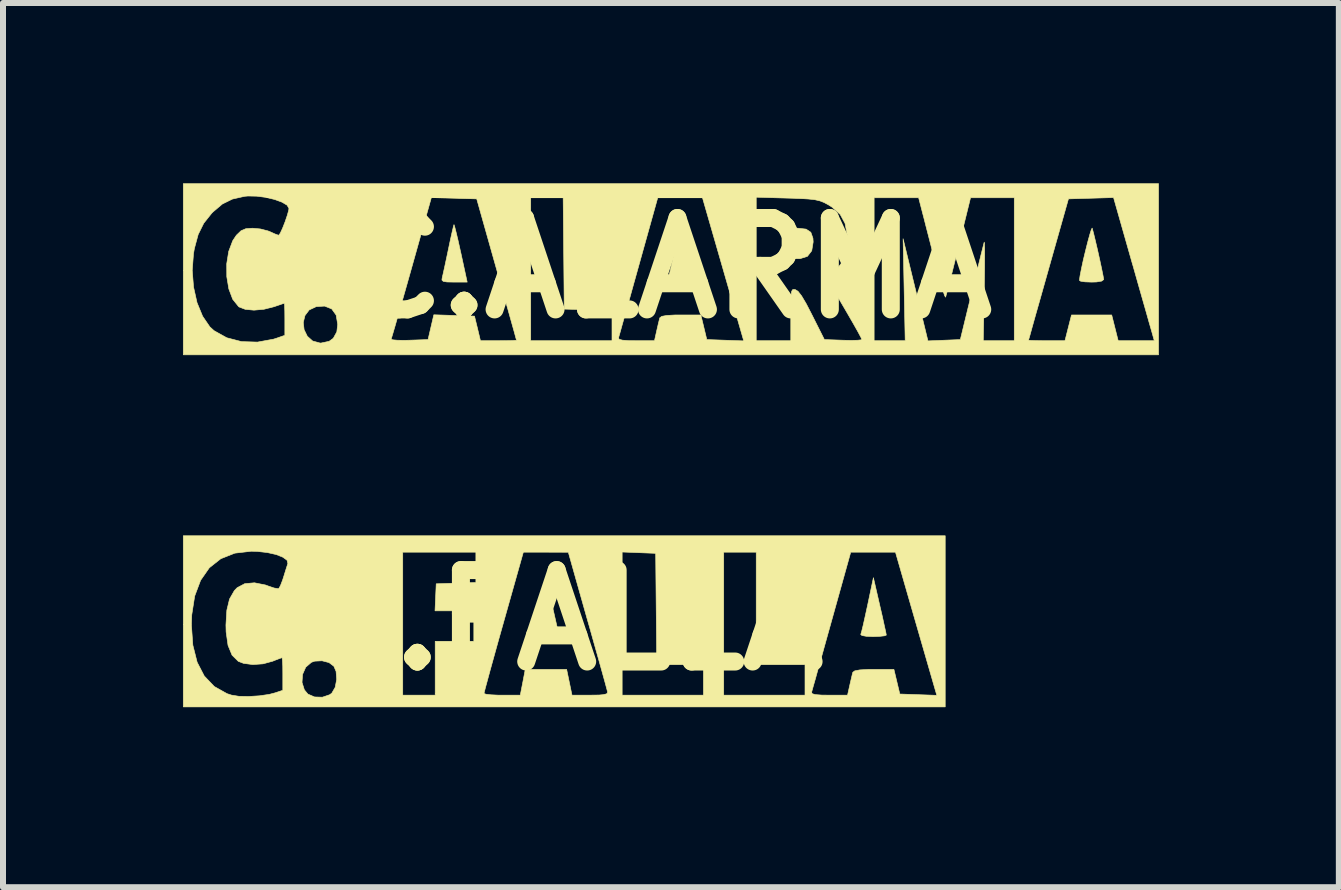
<source format=kicad_pcb>
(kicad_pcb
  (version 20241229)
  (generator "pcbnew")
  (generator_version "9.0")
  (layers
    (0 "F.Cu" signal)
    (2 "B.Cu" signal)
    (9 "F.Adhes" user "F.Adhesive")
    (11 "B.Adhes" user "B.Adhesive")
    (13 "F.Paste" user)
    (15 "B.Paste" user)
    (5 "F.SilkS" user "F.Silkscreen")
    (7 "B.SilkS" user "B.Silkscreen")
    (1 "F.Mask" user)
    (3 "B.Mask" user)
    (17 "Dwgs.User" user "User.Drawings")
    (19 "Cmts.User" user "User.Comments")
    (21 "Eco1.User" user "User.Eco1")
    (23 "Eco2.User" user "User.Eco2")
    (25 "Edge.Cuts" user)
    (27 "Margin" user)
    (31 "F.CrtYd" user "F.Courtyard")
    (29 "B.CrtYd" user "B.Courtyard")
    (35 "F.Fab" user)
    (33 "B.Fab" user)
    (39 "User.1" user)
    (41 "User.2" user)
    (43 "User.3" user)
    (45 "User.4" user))
  (footprint "C.ALARMA"
    (layer "F.Cu")
    (at 8.133 1.418)
    (property "Reference" "C.ALARMA" (at 0 0 0) (layer "F.SilkS") (effects (font (size 1.524 1.524) (thickness 0.3))))
    (attr through_hole)
    (fp_poly (pts (xy 2.253 -0.649) (xy 2.332 -0.596) (xy 2.367 -0.498) (xy 2.371 -0.435) (xy 2.347 -0.288) (xy 2.275 -0.195) (xy 2.154 -0.157) (xy 2.122 -0.156) (xy 1.998 -0.156) (xy 1.998 -0.664) (xy 2.119 -0.664) (xy 2.253 -0.649)) (stroke (width 0.01) (type solid)) (fill yes) (layer "F.SilkS"))
    (fp_poly (pts (xy 0.265 -0.281) (xy 0.306 -0.1) (xy 0.34 0.052) (xy 0.363 0.16) (xy 0.373 0.209) (xy 0.373 0.21) (xy 0.342 0.222) (xy 0.261 0.231) (xy 0.15 0.234) (xy 0.041 0.23) (xy -0.032 0.217) (xy -0.053 0.2) (xy -0.053 0.2) (xy -0.038 0.15) (xy -0.011 0.04) (xy 0.023 -0.113) (xy 0.062 -0.291) (xy 0.158 -0.747) (xy 0.265 -0.281)) (stroke (width 0.01) (type solid)) (fill yes) (layer "F.SilkS"))
    (fp_poly (pts (xy -3.605 -0.692) (xy -3.581 -0.598) (xy -3.547 -0.456) (xy -3.508 -0.28) (xy -3.501 -0.25) (xy -3.396 0.234) (xy -3.614 0.234) (xy -3.731 0.232) (xy -3.794 0.222) (xy -3.817 0.199) (xy -3.813 0.166) (xy -3.798 0.101) (xy -3.771 -0.021) (xy -3.737 -0.18) (xy -3.71 -0.308) (xy -3.675 -0.475) (xy -3.645 -0.61) (xy -3.624 -0.698) (xy -3.616 -0.724) (xy -3.605 -0.692)) (stroke (width 0.01) (type solid)) (fill yes) (layer "F.SilkS"))
    (fp_poly (pts (xy 7.022 -0.664) (xy 7.043 -0.587) (xy 7.073 -0.463) (xy 7.109 -0.31) (xy 7.145 -0.149) (xy 7.177 0.000121) (xy 7.201 0.118) (xy 7.213 0.185) (xy 7.214 0.191) (xy 7.181 0.217) (xy 7.091 0.232) (xy 7.01 0.234) (xy 6.903 0.23) (xy 6.83 0.219) (xy 6.809 0.205) (xy 6.819 0.131) (xy 6.842 0.013) (xy 6.873 -0.131) (xy 6.91 -0.285) (xy 6.947 -0.432) (xy 6.981 -0.556) (xy 7.007 -0.64) (xy 7.021 -0.666) (xy 7.022 -0.664)) (stroke (width 0.01) (type solid)) (fill yes) (layer "F.SilkS"))
    (fp_poly (pts (xy 8.128 1.446) (xy -8.128 1.446) (xy -8.128 0.04) (xy -7.979 0.04) (xy -7.957 0.317) (xy -7.899 0.577) (xy -7.806 0.803) (xy -7.685 0.98) (xy -7.615 1.044) (xy -7.403 1.162) (xy -7.157 1.226) (xy -6.891 1.234) (xy -6.623 1.185) (xy -6.573 1.169) (xy -6.435 1.121) (xy -6.435 0.907) (xy -6.128 0.907) (xy -6.114 1.027) (xy -6.061 1.136) (xy -5.972 1.216) (xy -5.847 1.25) (xy -5.833 1.25) (xy -5.697 1.221) (xy -5.646 1.184) (xy -4.663 1.184) (xy -4.639 1.196) (xy -4.561 1.203) (xy -4.443 1.205) (xy -4.363 1.203) (xy -4.048 1.192) (xy -4 0.985) (xy -3.952 0.779) (xy -3.613 0.79) (xy -3.274 0.801) (xy -3.224 1.006) (xy -3.175 1.211) (xy -2.874 1.211) (xy -2.741 1.21) (xy -2.639 1.208) (xy -2.581 1.204) (xy -2.574 1.202) (xy -2.585 1.163) (xy -2.613 1.06) (xy -2.658 0.9) (xy -2.716 0.693) (xy -2.786 0.447) (xy -2.863 0.172) (xy -2.906 0.02) (xy -3.237 -1.153) (xy -3.615 -1.164) (xy -3.906 -1.172) (xy -2.337 -1.172) (xy -2.337 1.211) (xy -0.982 1.211) (xy -0.982 1.163) (xy -0.873 1.163) (xy -0.863 1.187) (xy -0.808 1.202) (xy -0.701 1.21) (xy -0.581 1.211) (xy -0.274 1.211) (xy -0.237 1.045) (xy -0.211 0.932) (xy -0.19 0.847) (xy -0.186 0.83) (xy -0.153 0.805) (xy -0.07 0.79) (xy 0.072 0.782) (xy 0.164 0.782) (xy 0.499 0.782) (xy 0.598 1.192) (xy 0.906 1.203) (xy 1.214 1.214) (xy 1.213 1.211) (xy 1.422 1.211) (xy 1.998 1.211) (xy 1.998 0.779) (xy 1.999 0.591) (xy 2.002 0.467) (xy 2.01 0.396) (xy 2.025 0.363) (xy 2.05 0.356) (xy 2.072 0.359) (xy 2.118 0.387) (xy 2.178 0.464) (xy 2.256 0.596) (xy 2.352 0.782) (xy 2.558 1.192) (xy 2.871 1.203) (xy 3.007 1.206) (xy 3.113 1.203) (xy 3.174 1.196) (xy 3.183 1.191) (xy 3.165 1.152) (xy 3.116 1.06) (xy 3.041 0.927) (xy 2.948 0.766) (xy 2.895 0.675) (xy 2.607 0.184) (xy 2.74 0.052) (xy 2.865 -0.112) (xy 2.93 -0.306) (xy 2.939 -0.537) (xy 2.938 -0.555) (xy 2.902 -0.745) (xy 2.822 -0.893) (xy 2.689 -1.013) (xy 2.623 -1.055) (xy 2.552 -1.093) (xy 2.482 -1.12) (xy 2.4 -1.139) (xy 2.291 -1.151) (xy 2.143 -1.16) (xy 1.94 -1.166) (xy 1.939 -1.166) (xy 1.725 -1.172) (xy 3.387 -1.172) (xy 3.387 1.211) (xy 3.905 1.211) (xy 3.87 -0.488) (xy 4.077 0.363) (xy 4.284 1.214) (xy 4.554 1.203) (xy 4.824 1.192) (xy 5.015 0.408) (xy 5.073 0.17) (xy 5.125 -0.044) (xy 5.169 -0.223) (xy 5.202 -0.354) (xy 5.22 -0.425) (xy 5.222 -0.432) (xy 5.226 -0.412) (xy 5.229 -0.323) (xy 5.229 -0.178) (xy 5.228 0.016) (xy 5.225 0.246) (xy 5.223 0.361) (xy 5.206 1.211) (xy 5.723 1.211) (xy 5.723 1.202) (xy 5.961 1.202) (xy 5.992 1.206) (xy 6.076 1.209) (xy 6.197 1.211) (xy 6.264 1.211) (xy 6.568 1.211) (xy 6.677 0.782) (xy 7.347 0.782) (xy 7.455 1.211) (xy 8.057 1.211) (xy 8.027 1.104) (xy 8.009 1.04) (xy 7.972 0.912) (xy 7.921 0.731) (xy 7.857 0.507) (xy 7.784 0.251) (xy 7.705 -0.028) (xy 7.687 -0.089) (xy 7.378 -1.175) (xy 6.626 -1.153) (xy 6.294 0.02) (xy 6.213 0.307) (xy 6.139 0.569) (xy 6.074 0.797) (xy 6.022 0.983) (xy 5.985 1.117) (xy 5.964 1.19) (xy 5.961 1.202) (xy 5.723 1.202) (xy 5.723 -1.172) (xy 4.994 -1.172) (xy 4.794 -0.361) (xy 4.735 -0.121) (xy 4.681 0.095) (xy 4.635 0.274) (xy 4.601 0.404) (xy 4.581 0.476) (xy 4.578 0.485) (xy 4.563 0.462) (xy 4.534 0.376) (xy 4.493 0.239) (xy 4.445 0.062) (xy 4.418 -0.043) (xy 4.361 -0.27) (xy 4.303 -0.497) (xy 4.25 -0.702) (xy 4.21 -0.86) (xy 4.202 -0.889) (xy 4.129 -1.172) (xy 3.387 -1.172) (xy 1.725 -1.172) (xy 1.422 -1.181) (xy 1.422 1.211) (xy 1.213 1.211) (xy 0.87 0.021) (xy 0.526 -1.172) (xy 0.153 -1.172) (xy -0.22 -1.172) (xy -0.539 -0.029) (xy -0.619 0.257) (xy -0.692 0.52) (xy -0.757 0.75) (xy -0.81 0.938) (xy -0.848 1.075) (xy -0.87 1.151) (xy -0.873 1.163) (xy -0.982 1.163) (xy -0.982 0.706) (xy -1.38 0.695) (xy -1.778 0.684) (xy -1.796 -1.172) (xy -2.337 -1.172) (xy -3.906 -1.172) (xy -3.993 -1.175) (xy -4.32 -0.011) (xy -4.401 0.276) (xy -4.476 0.54) (xy -4.542 0.77) (xy -4.596 0.959) (xy -4.636 1.095) (xy -4.659 1.171) (xy -4.663 1.184) (xy -5.646 1.184) (xy -5.628 1.171) (xy -5.569 1.064) (xy -5.554 0.939) (xy -5.58 0.784) (xy -5.654 0.681) (xy -5.773 0.634) (xy -5.912 0.643) (xy -6.029 0.698) (xy -6.1 0.792) (xy -6.128 0.907) (xy -6.435 0.907) (xy -6.435 0.854) (xy -6.436 0.72) (xy -6.439 0.625) (xy -6.443 0.587) (xy -6.443 0.587) (xy -6.477 0.597) (xy -6.556 0.624) (xy -6.618 0.645) (xy -6.784 0.687) (xy -6.95 0.702) (xy -7.095 0.688) (xy -7.199 0.648) (xy -7.206 0.642) (xy -7.304 0.52) (xy -7.369 0.347) (xy -7.403 0.143) (xy -7.404 -0.071) (xy -7.371 -0.277) (xy -7.304 -0.455) (xy -7.243 -0.547) (xy -7.165 -0.622) (xy -7.085 -0.656) (xy -6.973 -0.664) (xy -6.844 -0.652) (xy -6.719 -0.62) (xy -6.683 -0.606) (xy -6.599 -0.568) (xy -6.543 -0.548) (xy -6.537 -0.547) (xy -6.512 -0.58) (xy -6.474 -0.662) (xy -6.431 -0.771) (xy -6.394 -0.88) (xy -6.37 -0.967) (xy -6.367 -0.995) (xy -6.398 -1.048) (xy -6.482 -1.098) (xy -6.605 -1.143) (xy -6.75 -1.178) (xy -6.903 -1.198) (xy -7.05 -1.201) (xy -7.105 -1.196) (xy -7.309 -1.15) (xy -7.476 -1.068) (xy -7.633 -0.935) (xy -7.653 -0.915) (xy -7.787 -0.747) (xy -7.88 -0.559) (xy -7.943 -0.326) (xy -7.958 -0.239) (xy -7.979 0.04) (xy -8.128 0.04) (xy -8.128 -1.407) (xy 8.128 -1.407) (xy 8.128 1.446)) (stroke (width 0.01) (type solid)) (fill yes) (layer "F.SilkS")))
  (footprint "C.FALLA"
    (layer "F.Cu")
    (at 6.338 7.287)
    (property "Reference" "C.FALLA" (at 0 0 0) (layer "F.SilkS") (effects (font (size 1.524 1.524) (thickness 0.3))))
    (attr through_hole)
    (fp_poly (pts (xy 5.277 -0.242) (xy 5.319 -0.061) (xy 5.352 0.091) (xy 5.376 0.199) (xy 5.385 0.248) (xy 5.385 0.249) (xy 5.354 0.261) (xy 5.273 0.27) (xy 5.163 0.274) (xy 5.053 0.269) (xy 4.98 0.256) (xy 4.959 0.239) (xy 4.959 0.239) (xy 4.974 0.189) (xy 5.001 0.079) (xy 5.035 -0.074) (xy 5.074 -0.252) (xy 5.17 -0.708) (xy 5.277 -0.242)) (stroke (width 0.01) (type solid)) (fill yes) (layer "F.SilkS"))
    (fp_poly (pts (xy -0.198 -0.303) (xy -0.157 -0.128) (xy -0.122 0.027) (xy -0.096 0.141) (xy -0.086 0.186) (xy -0.079 0.233) (xy -0.095 0.259) (xy -0.148 0.271) (xy -0.25 0.273) (xy -0.29 0.274) (xy -0.415 0.269) (xy -0.482 0.255) (xy -0.499 0.229) (xy -0.497 0.225) (xy -0.483 0.169) (xy -0.456 0.055) (xy -0.421 -0.101) (xy -0.386 -0.264) (xy -0.291 -0.704) (xy -0.198 -0.303)) (stroke (width 0.01) (type solid)) (fill yes) (layer "F.SilkS"))
    (fp_poly (pts (xy 6.367 1.446) (xy -6.333 1.446) (xy -6.333 0.076) (xy -6.198 0.076) (xy -6.174 0.416) (xy -6.102 0.701) (xy -5.983 0.931) (xy -5.816 1.106) (xy -5.604 1.225) (xy -5.53 1.249) (xy -5.406 1.269) (xy -5.242 1.272) (xy -5.065 1.261) (xy -4.9 1.237) (xy -4.801 1.211) (xy -4.674 1.169) (xy -4.674 1.037) (xy -4.354 1.037) (xy -4.315 1.161) (xy -4.256 1.232) (xy -4.145 1.28) (xy -4.014 1.284) (xy -3.893 1.243) (xy -3.857 1.216) (xy -3.801 1.119) (xy -3.776 0.987) (xy -3.786 0.854) (xy -3.823 0.768) (xy -3.904 0.707) (xy -4.02 0.677) (xy -4.142 0.683) (xy -4.197 0.702) (xy -4.292 0.784) (xy -4.345 0.904) (xy -4.354 1.037) (xy -4.674 1.037) (xy -4.674 0.897) (xy -4.675 0.763) (xy -4.68 0.665) (xy -4.686 0.625) (xy -4.686 0.625) (xy -4.723 0.637) (xy -4.801 0.667) (xy -4.843 0.684) (xy -5.004 0.728) (xy -5.174 0.74) (xy -5.328 0.72) (xy -5.416 0.686) (xy -5.52 0.583) (xy -5.587 0.421) (xy -5.619 0.196) (xy -5.622 0.081) (xy -5.607 -0.166) (xy -5.562 -0.352) (xy -5.482 -0.492) (xy -5.435 -0.541) (xy -5.309 -0.608) (xy -5.147 -0.623) (xy -4.962 -0.586) (xy -4.911 -0.567) (xy -4.819 -0.536) (xy -4.754 -0.525) (xy -4.741 -0.528) (xy -4.714 -0.574) (xy -4.678 -0.667) (xy -4.663 -0.713) (xy -4.627 -0.83) (xy -4.597 -0.923) (xy -4.59 -0.944) (xy -4.603 -0.998) (xy -4.672 -1.049) (xy -4.785 -1.094) (xy -4.932 -1.127) (xy -4.985 -1.133) (xy -2.675 -1.133) (xy -2.675 1.25) (xy -2.134 1.25) (xy -2.134 1.221) (xy -1.321 1.221) (xy -1.289 1.234) (xy -1.206 1.244) (xy -1.084 1.25) (xy -1.018 1.25) (xy -0.716 1.25) (xy -0.674 1.036) (xy -0.633 0.821) (xy 0.057 0.821) (xy 0.146 1.25) (xy 0.448 1.25) (xy 0.982 1.25) (xy 2.337 1.25) (xy 2.337 0.742) (xy 1.559 0.742) (xy 1.541 -1.114) (xy 1.262 -1.125) (xy 1.06 -1.133) (xy 2.675 -1.133) (xy 2.675 1.25) (xy 4.03 1.25) (xy 4.03 1.202) (xy 4.139 1.202) (xy 4.15 1.226) (xy 4.204 1.241) (xy 4.311 1.249) (xy 4.432 1.25) (xy 4.739 1.25) (xy 4.776 1.084) (xy 4.802 0.971) (xy 4.822 0.886) (xy 4.827 0.869) (xy 4.859 0.845) (xy 4.943 0.829) (xy 5.084 0.821) (xy 5.176 0.821) (xy 5.512 0.821) (xy 5.61 1.231) (xy 5.918 1.242) (xy 6.227 1.253) (xy 5.882 0.06) (xy 5.538 -1.133) (xy 4.792 -1.133) (xy 4.473 0.01) (xy 4.393 0.296) (xy 4.32 0.559) (xy 4.255 0.789) (xy 4.203 0.978) (xy 4.164 1.114) (xy 4.143 1.19) (xy 4.139 1.202) (xy 4.03 1.202) (xy 4.03 0.742) (xy 3.217 0.742) (xy 3.217 -1.133) (xy 2.675 -1.133) (xy 1.06 -1.133) (xy 0.982 -1.136) (xy 0.982 1.25) (xy 0.448 1.25) (xy 0.596 1.248) (xy 0.686 1.24) (xy 0.731 1.223) (xy 0.739 1.197) (xy 0.739 1.196) (xy 0.726 1.146) (xy 0.695 1.031) (xy 0.648 0.862) (xy 0.588 0.647) (xy 0.517 0.396) (xy 0.439 0.118) (xy 0.406 0.004) (xy 0.085 -1.132) (xy -0.29 -1.133) (xy -0.665 -1.133) (xy -0.993 0.029) (xy -1.074 0.316) (xy -1.147 0.579) (xy -1.211 0.809) (xy -1.262 0.997) (xy -1.299 1.133) (xy -1.318 1.209) (xy -1.321 1.221) (xy -2.134 1.221) (xy -2.134 0.352) (xy -1.49 0.352) (xy -1.49 -0.156) (xy -2.137 -0.156) (xy -2.127 -0.381) (xy -2.117 -0.606) (xy -1.456 -0.628) (xy -1.456 -1.133) (xy -2.675 -1.133) (xy -4.985 -1.133) (xy -5.101 -1.146) (xy -5.199 -1.149) (xy -5.474 -1.117) (xy -5.708 -1.024) (xy -5.899 -0.873) (xy -6.044 -0.665) (xy -6.143 -0.402) (xy -6.192 -0.088) (xy -6.198 0.076) (xy -6.333 0.076) (xy -6.333 -1.407) (xy 6.367 -1.407) (xy 6.367 1.446)) (stroke (width 0.01) (type solid)) (fill yes) (layer "F.SilkS")))
  (gr_rect
    (start -3 -3)
    (end 19.266 11.738)
    (stroke (width 0.1) (type default))
    (fill no)
    (layer "Edge.Cuts")))
</source>
